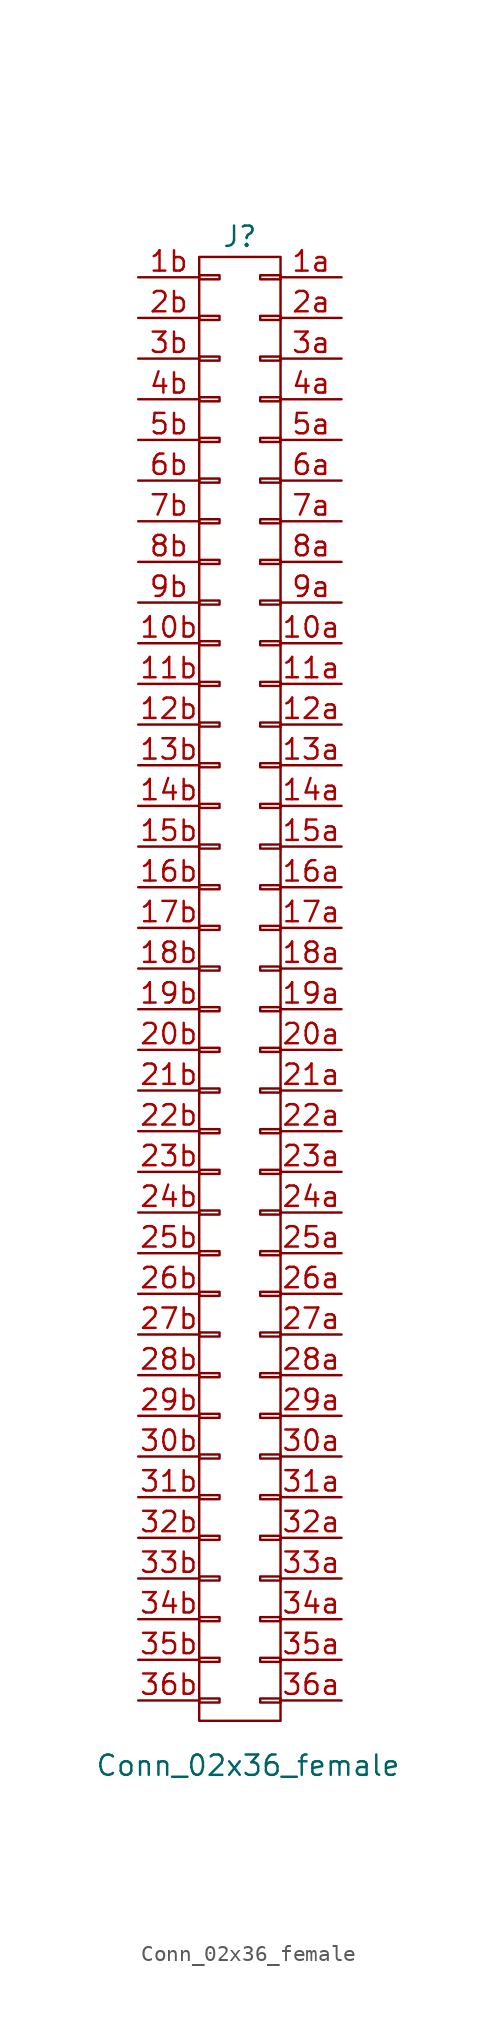
<source format=kicad_sym>
(kicad_symbol_lib
  (version 20231120)
  (generator "kicad_symbol_editor")
  (generator_version "8.0")
  (symbol "Conn_02x36_female"
    (pin_names
      (offset 1.016) hide)
    (property "Reference" "J"
      (at 0 40.64 0)
      (effects (font (size 1.27 1.27))))
    (property "Value" "Conn_02x36_female"
      (at 0.508 -54.864 0)
      (effects (font (size 1.27 1.27))))
    (symbol "Conn_02x36_female_0_1"
      (rectangle (start -2.54 39.37) (end 2.54 -52.07) (stroke (width 0) (type default)) (fill (type none))))
    (symbol "Conn_02x36_female_1_1"
      (rectangle (start -2.54 -50.673) (end -1.27 -50.927) (stroke (width 0.152) (type default)) (fill (type none)))
      (rectangle (start -2.54 -48.133) (end -1.27 -48.387) (stroke (width 0.152) (type default)) (fill (type none)))
      (rectangle (start -2.54 -45.593) (end -1.27 -45.847) (stroke (width 0.152) (type default)) (fill (type none)))
      (rectangle (start -2.54 -43.053) (end -1.27 -43.307) (stroke (width 0.152) (type default)) (fill (type none)))
      (rectangle (start -2.54 -40.513) (end -1.27 -40.767) (stroke (width 0.152) (type default)) (fill (type none)))
      (rectangle (start -2.54 -37.973) (end -1.27 -38.227) (stroke (width 0.152) (type default)) (fill (type none)))
      (rectangle (start -2.54 -35.433) (end -1.27 -35.687) (stroke (width 0.152) (type default)) (fill (type none)))
      (rectangle (start -2.54 -32.893) (end -1.27 -33.147) (stroke (width 0.152) (type default)) (fill (type none)))
      (rectangle (start -2.54 -30.353) (end -1.27 -30.607) (stroke (width 0.152) (type default)) (fill (type none)))
      (rectangle (start -2.54 -27.813) (end -1.27 -28.067) (stroke (width 0.152) (type default)) (fill (type none)))
      (rectangle (start -2.54 -25.273) (end -1.27 -25.527) (stroke (width 0.152) (type default)) (fill (type none)))
      (rectangle (start -2.54 -22.733) (end -1.27 -22.987) (stroke (width 0.152) (type default)) (fill (type none)))
      (rectangle (start -2.54 -20.193) (end -1.27 -20.447) (stroke (width 0.152) (type default)) (fill (type none)))
      (rectangle (start -2.54 -17.653) (end -1.27 -17.907) (stroke (width 0.152) (type default)) (fill (type none)))
      (rectangle (start -2.54 -15.113) (end -1.27 -15.367) (stroke (width 0.152) (type default)) (fill (type none)))
      (rectangle (start -2.54 -12.573) (end -1.27 -12.827) (stroke (width 0.152) (type default)) (fill (type none)))
      (rectangle (start -2.54 -10.033) (end -1.27 -10.287) (stroke (width 0.152) (type default)) (fill (type none)))
      (rectangle (start -2.54 -7.493) (end -1.27 -7.747) (stroke (width 0.152) (type default)) (fill (type none)))
      (rectangle (start -2.54 -4.953) (end -1.27 -5.207) (stroke (width 0.152) (type default)) (fill (type none)))
      (rectangle (start -2.54 -2.413) (end -1.27 -2.667) (stroke (width 0.152) (type default)) (fill (type none)))
      (rectangle (start -2.54 0.127) (end -1.27 -0.127) (stroke (width 0.152) (type default)) (fill (type none)))
      (rectangle (start -2.54 2.667) (end -1.27 2.413) (stroke (width 0.152) (type default)) (fill (type none)))
      (rectangle (start -2.54 5.207) (end -1.27 4.953) (stroke (width 0.152) (type default)) (fill (type none)))
      (rectangle (start -2.54 7.747) (end -1.27 7.493) (stroke (width 0.152) (type default)) (fill (type none)))
      (rectangle (start -2.54 10.287) (end -1.27 10.033) (stroke (width 0.152) (type default)) (fill (type none)))
      (rectangle (start -2.54 12.827) (end -1.27 12.573) (stroke (width 0.152) (type default)) (fill (type none)))
      (rectangle (start -2.54 15.367) (end -1.27 15.113) (stroke (width 0.152) (type default)) (fill (type none)))
      (rectangle (start -2.54 17.907) (end -1.27 17.653) (stroke (width 0.152) (type default)) (fill (type none)))
      (rectangle (start -2.54 20.447) (end -1.27 20.193) (stroke (width 0.152) (type default)) (fill (type none)))
      (rectangle (start -2.54 22.987) (end -1.27 22.733) (stroke (width 0.152) (type default)) (fill (type none)))
      (rectangle (start -2.54 25.527) (end -1.27 25.273) (stroke (width 0.152) (type default)) (fill (type none)))
      (rectangle (start -2.54 28.067) (end -1.27 27.813) (stroke (width 0.152) (type default)) (fill (type none)))
      (rectangle (start -2.54 30.607) (end -1.27 30.353) (stroke (width 0.152) (type default)) (fill (type none)))
      (rectangle (start -2.54 33.147) (end -1.27 32.893) (stroke (width 0.152) (type default)) (fill (type none)))
      (rectangle (start -2.54 35.687) (end -1.27 35.433) (stroke (width 0.152) (type default)) (fill (type none)))
      (rectangle (start -2.54 38.227) (end -1.27 37.973) (stroke (width 0.152) (type default)) (fill (type none)))
      (rectangle (start 2.54 -50.673) (end 1.27 -50.927) (stroke (width 0.152) (type default)) (fill (type none)))
      (rectangle (start 2.54 -48.133) (end 1.27 -48.387) (stroke (width 0.152) (type default)) (fill (type none)))
      (rectangle (start 2.54 -45.593) (end 1.27 -45.847) (stroke (width 0.152) (type default)) (fill (type none)))
      (rectangle (start 2.54 -43.053) (end 1.27 -43.307) (stroke (width 0.152) (type default)) (fill (type none)))
      (rectangle (start 2.54 -40.513) (end 1.27 -40.767) (stroke (width 0.152) (type default)) (fill (type none)))
      (rectangle (start 2.54 -37.973) (end 1.27 -38.227) (stroke (width 0.152) (type default)) (fill (type none)))
      (rectangle (start 2.54 -35.433) (end 1.27 -35.687) (stroke (width 0.152) (type default)) (fill (type none)))
      (rectangle (start 2.54 -32.893) (end 1.27 -33.147) (stroke (width 0.152) (type default)) (fill (type none)))
      (rectangle (start 2.54 -30.353) (end 1.27 -30.607) (stroke (width 0.152) (type default)) (fill (type none)))
      (rectangle (start 2.54 -27.813) (end 1.27 -28.067) (stroke (width 0.152) (type default)) (fill (type none)))
      (rectangle (start 2.54 -25.273) (end 1.27 -25.527) (stroke (width 0.152) (type default)) (fill (type none)))
      (rectangle (start 2.54 -22.733) (end 1.27 -22.987) (stroke (width 0.152) (type default)) (fill (type none)))
      (rectangle (start 2.54 -20.193) (end 1.27 -20.447) (stroke (width 0.152) (type default)) (fill (type none)))
      (rectangle (start 2.54 -17.653) (end 1.27 -17.907) (stroke (width 0.152) (type default)) (fill (type none)))
      (rectangle (start 2.54 -15.113) (end 1.27 -15.367) (stroke (width 0.152) (type default)) (fill (type none)))
      (rectangle (start 2.54 -12.573) (end 1.27 -12.827) (stroke (width 0.152) (type default)) (fill (type none)))
      (rectangle (start 2.54 -10.033) (end 1.27 -10.287) (stroke (width 0.152) (type default)) (fill (type none)))
      (rectangle (start 2.54 -7.493) (end 1.27 -7.747) (stroke (width 0.152) (type default)) (fill (type none)))
      (rectangle (start 2.54 -4.953) (end 1.27 -5.207) (stroke (width 0.152) (type default)) (fill (type none)))
      (rectangle (start 2.54 -2.413) (end 1.27 -2.667) (stroke (width 0.152) (type default)) (fill (type none)))
      (rectangle (start 2.54 0.127) (end 1.27 -0.127) (stroke (width 0.152) (type default)) (fill (type none)))
      (rectangle (start 2.54 2.667) (end 1.27 2.413) (stroke (width 0.152) (type default)) (fill (type none)))
      (rectangle (start 2.54 5.207) (end 1.27 4.953) (stroke (width 0.152) (type default)) (fill (type none)))
      (rectangle (start 2.54 7.747) (end 1.27 7.493) (stroke (width 0.152) (type default)) (fill (type none)))
      (rectangle (start 2.54 10.287) (end 1.27 10.033) (stroke (width 0.152) (type default)) (fill (type none)))
      (rectangle (start 2.54 12.827) (end 1.27 12.573) (stroke (width 0.152) (type default)) (fill (type none)))
      (rectangle (start 2.54 15.367) (end 1.27 15.113) (stroke (width 0.152) (type default)) (fill (type none)))
      (rectangle (start 2.54 17.907) (end 1.27 17.653) (stroke (width 0.152) (type default)) (fill (type none)))
      (rectangle (start 2.54 20.447) (end 1.27 20.193) (stroke (width 0.152) (type default)) (fill (type none)))
      (rectangle (start 2.54 22.987) (end 1.27 22.733) (stroke (width 0.152) (type default)) (fill (type none)))
      (rectangle (start 2.54 25.527) (end 1.27 25.273) (stroke (width 0.152) (type default)) (fill (type none)))
      (rectangle (start 2.54 28.067) (end 1.27 27.813) (stroke (width 0.152) (type default)) (fill (type none)))
      (rectangle (start 2.54 30.607) (end 1.27 30.353) (stroke (width 0.152) (type default)) (fill (type none)))
      (rectangle (start 2.54 33.147) (end 1.27 32.893) (stroke (width 0.152) (type default)) (fill (type none)))
      (rectangle (start 2.54 35.687) (end 1.27 35.433) (stroke (width 0.152) (type default)) (fill (type none)))
      (rectangle (start 2.54 38.227) (end 1.27 37.973) (stroke (width 0.152) (type default)) (fill (type none)))
      (pin passive line (at 6.35 15.24 180) (length 3.81) (name "Pin_10a" (effects (font (size 1.27 1.27)))) (number "10a" (effects (font (size 1.27 1.27)))))
      (pin passive line (at -6.35 15.24 0) (length 3.81) (name "Pin_10b" (effects (font (size 1.27 1.27)))) (number "10b" (effects (font (size 1.27 1.27)))))
      (pin passive line (at 6.35 12.7 180) (length 3.81) (name "Pin_11a" (effects (font (size 1.27 1.27)))) (number "11a" (effects (font (size 1.27 1.27)))))
      (pin passive line (at -6.35 12.7 0) (length 3.81) (name "Pin_11b" (effects (font (size 1.27 1.27)))) (number "11b" (effects (font (size 1.27 1.27)))))
      (pin passive line (at 6.35 10.16 180) (length 3.81) (name "Pin_12a" (effects (font (size 1.27 1.27)))) (number "12a" (effects (font (size 1.27 1.27)))))
      (pin passive line (at -6.35 10.16 0) (length 3.81) (name "Pin_12b" (effects (font (size 1.27 1.27)))) (number "12b" (effects (font (size 1.27 1.27)))))
      (pin passive line (at 6.35 7.62 180) (length 3.81) (name "Pin_13a" (effects (font (size 1.27 1.27)))) (number "13a" (effects (font (size 1.27 1.27)))))
      (pin passive line (at -6.35 7.62 0) (length 3.81) (name "Pin_13b" (effects (font (size 1.27 1.27)))) (number "13b" (effects (font (size 1.27 1.27)))))
      (pin passive line (at 6.35 5.08 180) (length 3.81) (name "Pin_14a" (effects (font (size 1.27 1.27)))) (number "14a" (effects (font (size 1.27 1.27)))))
      (pin passive line (at -6.35 5.08 0) (length 3.81) (name "Pin_14b" (effects (font (size 1.27 1.27)))) (number "14b" (effects (font (size 1.27 1.27)))))
      (pin passive line (at 6.35 2.54 180) (length 3.81) (name "Pin_15a" (effects (font (size 1.27 1.27)))) (number "15a" (effects (font (size 1.27 1.27)))))
      (pin passive line (at -6.35 2.54 0) (length 3.81) (name "Pin_15b" (effects (font (size 1.27 1.27)))) (number "15b" (effects (font (size 1.27 1.27)))))
      (pin passive line (at 6.35 0 180) (length 3.81) (name "Pin_16a" (effects (font (size 1.27 1.27)))) (number "16a" (effects (font (size 1.27 1.27)))))
      (pin passive line (at -6.35 0 0) (length 3.81) (name "Pin_16b" (effects (font (size 1.27 1.27)))) (number "16b" (effects (font (size 1.27 1.27)))))
      (pin passive line (at 6.35 -2.54 180) (length 3.81) (name "Pin_17a" (effects (font (size 1.27 1.27)))) (number "17a" (effects (font (size 1.27 1.27)))))
      (pin passive line (at -6.35 -2.54 0) (length 3.81) (name "Pin_17b" (effects (font (size 1.27 1.27)))) (number "17b" (effects (font (size 1.27 1.27)))))
      (pin passive line (at 6.35 -5.08 180) (length 3.81) (name "Pin_18a" (effects (font (size 1.27 1.27)))) (number "18a" (effects (font (size 1.27 1.27)))))
      (pin passive line (at -6.35 -5.08 0) (length 3.81) (name "Pin_18b" (effects (font (size 1.27 1.27)))) (number "18b" (effects (font (size 1.27 1.27)))))
      (pin passive line (at 6.35 -7.62 180) (length 3.81) (name "Pin_19a" (effects (font (size 1.27 1.27)))) (number "19a" (effects (font (size 1.27 1.27)))))
      (pin passive line (at -6.35 -7.62 0) (length 3.81) (name "Pin_19b" (effects (font (size 1.27 1.27)))) (number "19b" (effects (font (size 1.27 1.27)))))
      (pin passive line (at 6.35 38.1 180) (length 3.81) (name "Pin_1a" (effects (font (size 1.27 1.27)))) (number "1a" (effects (font (size 1.27 1.27)))))
      (pin passive line (at -6.35 38.1 0) (length 3.81) (name "Pin_1b" (effects (font (size 1.27 1.27)))) (number "1b" (effects (font (size 1.27 1.27)))))
      (pin passive line (at 6.35 -10.16 180) (length 3.81) (name "Pin_20a" (effects (font (size 1.27 1.27)))) (number "20a" (effects (font (size 1.27 1.27)))))
      (pin passive line (at -6.35 -10.16 0) (length 3.81) (name "Pin_20b" (effects (font (size 1.27 1.27)))) (number "20b" (effects (font (size 1.27 1.27)))))
      (pin passive line (at 6.35 -12.7 180) (length 3.81) (name "Pin_21a" (effects (font (size 1.27 1.27)))) (number "21a" (effects (font (size 1.27 1.27)))))
      (pin passive line (at -6.35 -12.7 0) (length 3.81) (name "Pin_21b" (effects (font (size 1.27 1.27)))) (number "21b" (effects (font (size 1.27 1.27)))))
      (pin passive line (at 6.35 -15.24 180) (length 3.81) (name "Pin_22a" (effects (font (size 1.27 1.27)))) (number "22a" (effects (font (size 1.27 1.27)))))
      (pin passive line (at -6.35 -15.24 0) (length 3.81) (name "Pin_22b" (effects (font (size 1.27 1.27)))) (number "22b" (effects (font (size 1.27 1.27)))))
      (pin passive line (at 6.35 -17.78 180) (length 3.81) (name "Pin_23a" (effects (font (size 1.27 1.27)))) (number "23a" (effects (font (size 1.27 1.27)))))
      (pin passive line (at -6.35 -17.78 0) (length 3.81) (name "Pin_23b" (effects (font (size 1.27 1.27)))) (number "23b" (effects (font (size 1.27 1.27)))))
      (pin passive line (at 6.35 -20.32 180) (length 3.81) (name "Pin_24a" (effects (font (size 1.27 1.27)))) (number "24a" (effects (font (size 1.27 1.27)))))
      (pin passive line (at -6.35 -20.32 0) (length 3.81) (name "Pin_24b" (effects (font (size 1.27 1.27)))) (number "24b" (effects (font (size 1.27 1.27)))))
      (pin passive line (at 6.35 -22.86 180) (length 3.81) (name "Pin_25a" (effects (font (size 1.27 1.27)))) (number "25a" (effects (font (size 1.27 1.27)))))
      (pin passive line (at -6.35 -22.86 0) (length 3.81) (name "Pin_25b" (effects (font (size 1.27 1.27)))) (number "25b" (effects (font (size 1.27 1.27)))))
      (pin passive line (at 6.35 -25.4 180) (length 3.81) (name "Pin_26a" (effects (font (size 1.27 1.27)))) (number "26a" (effects (font (size 1.27 1.27)))))
      (pin passive line (at -6.35 -25.4 0) (length 3.81) (name "Pin_26b" (effects (font (size 1.27 1.27)))) (number "26b" (effects (font (size 1.27 1.27)))))
      (pin passive line (at 6.35 -27.94 180) (length 3.81) (name "Pin_27a" (effects (font (size 1.27 1.27)))) (number "27a" (effects (font (size 1.27 1.27)))))
      (pin passive line (at -6.35 -27.94 0) (length 3.81) (name "Pin_27b" (effects (font (size 1.27 1.27)))) (number "27b" (effects (font (size 1.27 1.27)))))
      (pin passive line (at 6.35 -30.48 180) (length 3.81) (name "Pin_28a" (effects (font (size 1.27 1.27)))) (number "28a" (effects (font (size 1.27 1.27)))))
      (pin passive line (at -6.35 -30.48 0) (length 3.81) (name "Pin_28b" (effects (font (size 1.27 1.27)))) (number "28b" (effects (font (size 1.27 1.27)))))
      (pin passive line (at 6.35 -33.02 180) (length 3.81) (name "Pin_29a" (effects (font (size 1.27 1.27)))) (number "29a" (effects (font (size 1.27 1.27)))))
      (pin passive line (at -6.35 -33.02 0) (length 3.81) (name "Pin_29b" (effects (font (size 1.27 1.27)))) (number "29b" (effects (font (size 1.27 1.27)))))
      (pin passive line (at 6.35 35.56 180) (length 3.81) (name "Pin_2a" (effects (font (size 1.27 1.27)))) (number "2a" (effects (font (size 1.27 1.27)))))
      (pin passive line (at -6.35 35.56 0) (length 3.81) (name "Pin_2b" (effects (font (size 1.27 1.27)))) (number "2b" (effects (font (size 1.27 1.27)))))
      (pin passive line (at 6.35 -35.56 180) (length 3.81) (name "Pin_30a" (effects (font (size 1.27 1.27)))) (number "30a" (effects (font (size 1.27 1.27)))))
      (pin passive line (at -6.35 -35.56 0) (length 3.81) (name "Pin_30b" (effects (font (size 1.27 1.27)))) (number "30b" (effects (font (size 1.27 1.27)))))
      (pin passive line (at 6.35 -38.1 180) (length 3.81) (name "Pin_31a" (effects (font (size 1.27 1.27)))) (number "31a" (effects (font (size 1.27 1.27)))))
      (pin passive line (at -6.35 -38.1 0) (length 3.81) (name "Pin_31b" (effects (font (size 1.27 1.27)))) (number "31b" (effects (font (size 1.27 1.27)))))
      (pin passive line (at 6.35 -40.64 180) (length 3.81) (name "Pin_32a" (effects (font (size 1.27 1.27)))) (number "32a" (effects (font (size 1.27 1.27)))))
      (pin passive line (at -6.35 -40.64 0) (length 3.81) (name "Pin_32b" (effects (font (size 1.27 1.27)))) (number "32b" (effects (font (size 1.27 1.27)))))
      (pin passive line (at 6.35 -43.18 180) (length 3.81) (name "Pin_33a" (effects (font (size 1.27 1.27)))) (number "33a" (effects (font (size 1.27 1.27)))))
      (pin passive line (at -6.35 -43.18 0) (length 3.81) (name "Pin_33b" (effects (font (size 1.27 1.27)))) (number "33b" (effects (font (size 1.27 1.27)))))
      (pin passive line (at 6.35 -45.72 180) (length 3.81) (name "Pin_34a" (effects (font (size 1.27 1.27)))) (number "34a" (effects (font (size 1.27 1.27)))))
      (pin passive line (at -6.35 -45.72 0) (length 3.81) (name "Pin_34b" (effects (font (size 1.27 1.27)))) (number "34b" (effects (font (size 1.27 1.27)))))
      (pin passive line (at 6.35 -48.26 180) (length 3.81) (name "Pin_35a" (effects (font (size 1.27 1.27)))) (number "35a" (effects (font (size 1.27 1.27)))))
      (pin passive line (at -6.35 -48.26 0) (length 3.81) (name "Pin_35b" (effects (font (size 1.27 1.27)))) (number "35b" (effects (font (size 1.27 1.27)))))
      (pin passive line (at 6.35 -50.8 180) (length 3.81) (name "Pin_36a" (effects (font (size 1.27 1.27)))) (number "36a" (effects (font (size 1.27 1.27)))))
      (pin passive line (at -6.35 -50.8 0) (length 3.81) (name "Pin_36b" (effects (font (size 1.27 1.27)))) (number "36b" (effects (font (size 1.27 1.27)))))
      (pin passive line (at 6.35 33.02 180) (length 3.81) (name "Pin_3a" (effects (font (size 1.27 1.27)))) (number "3a" (effects (font (size 1.27 1.27)))))
      (pin passive line (at -6.35 33.02 0) (length 3.81) (name "Pin_3b" (effects (font (size 1.27 1.27)))) (number "3b" (effects (font (size 1.27 1.27)))))
      (pin passive line (at 6.35 30.48 180) (length 3.81) (name "Pin_4a" (effects (font (size 1.27 1.27)))) (number "4a" (effects (font (size 1.27 1.27)))))
      (pin passive line (at -6.35 30.48 0) (length 3.81) (name "Pin_4b" (effects (font (size 1.27 1.27)))) (number "4b" (effects (font (size 1.27 1.27)))))
      (pin passive line (at 6.35 27.94 180) (length 3.81) (name "Pin_5a" (effects (font (size 1.27 1.27)))) (number "5a" (effects (font (size 1.27 1.27)))))
      (pin passive line (at -6.35 27.94 0) (length 3.81) (name "Pin_5b" (effects (font (size 1.27 1.27)))) (number "5b" (effects (font (size 1.27 1.27)))))
      (pin passive line (at 6.35 25.4 180) (length 3.81) (name "Pin_6a" (effects (font (size 1.27 1.27)))) (number "6a" (effects (font (size 1.27 1.27)))))
      (pin passive line (at -6.35 25.4 0) (length 3.81) (name "Pin_6b" (effects (font (size 1.27 1.27)))) (number "6b" (effects (font (size 1.27 1.27)))))
      (pin passive line (at 6.35 22.86 180) (length 3.81) (name "Pin_7a" (effects (font (size 1.27 1.27)))) (number "7a" (effects (font (size 1.27 1.27)))))
      (pin passive line (at -6.35 22.86 0) (length 3.81) (name "Pin_7b" (effects (font (size 1.27 1.27)))) (number "7b" (effects (font (size 1.27 1.27)))))
      (pin passive line (at 6.35 20.32 180) (length 3.81) (name "Pin_8a" (effects (font (size 1.27 1.27)))) (number "8a" (effects (font (size 1.27 1.27)))))
      (pin passive line (at -6.35 20.32 0) (length 3.81) (name "Pin_8b" (effects (font (size 1.27 1.27)))) (number "8b" (effects (font (size 1.27 1.27)))))
      (pin passive line (at 6.35 17.78 180) (length 3.81) (name "Pin_9a" (effects (font (size 1.27 1.27)))) (number "9a" (effects (font (size 1.27 1.27)))))
      (pin passive line (at -6.35 17.78 0) (length 3.81) (name "Pin_9b" (effects (font (size 1.27 1.27)))) (number "9b" (effects (font (size 1.27 1.27))))))))
</source>
